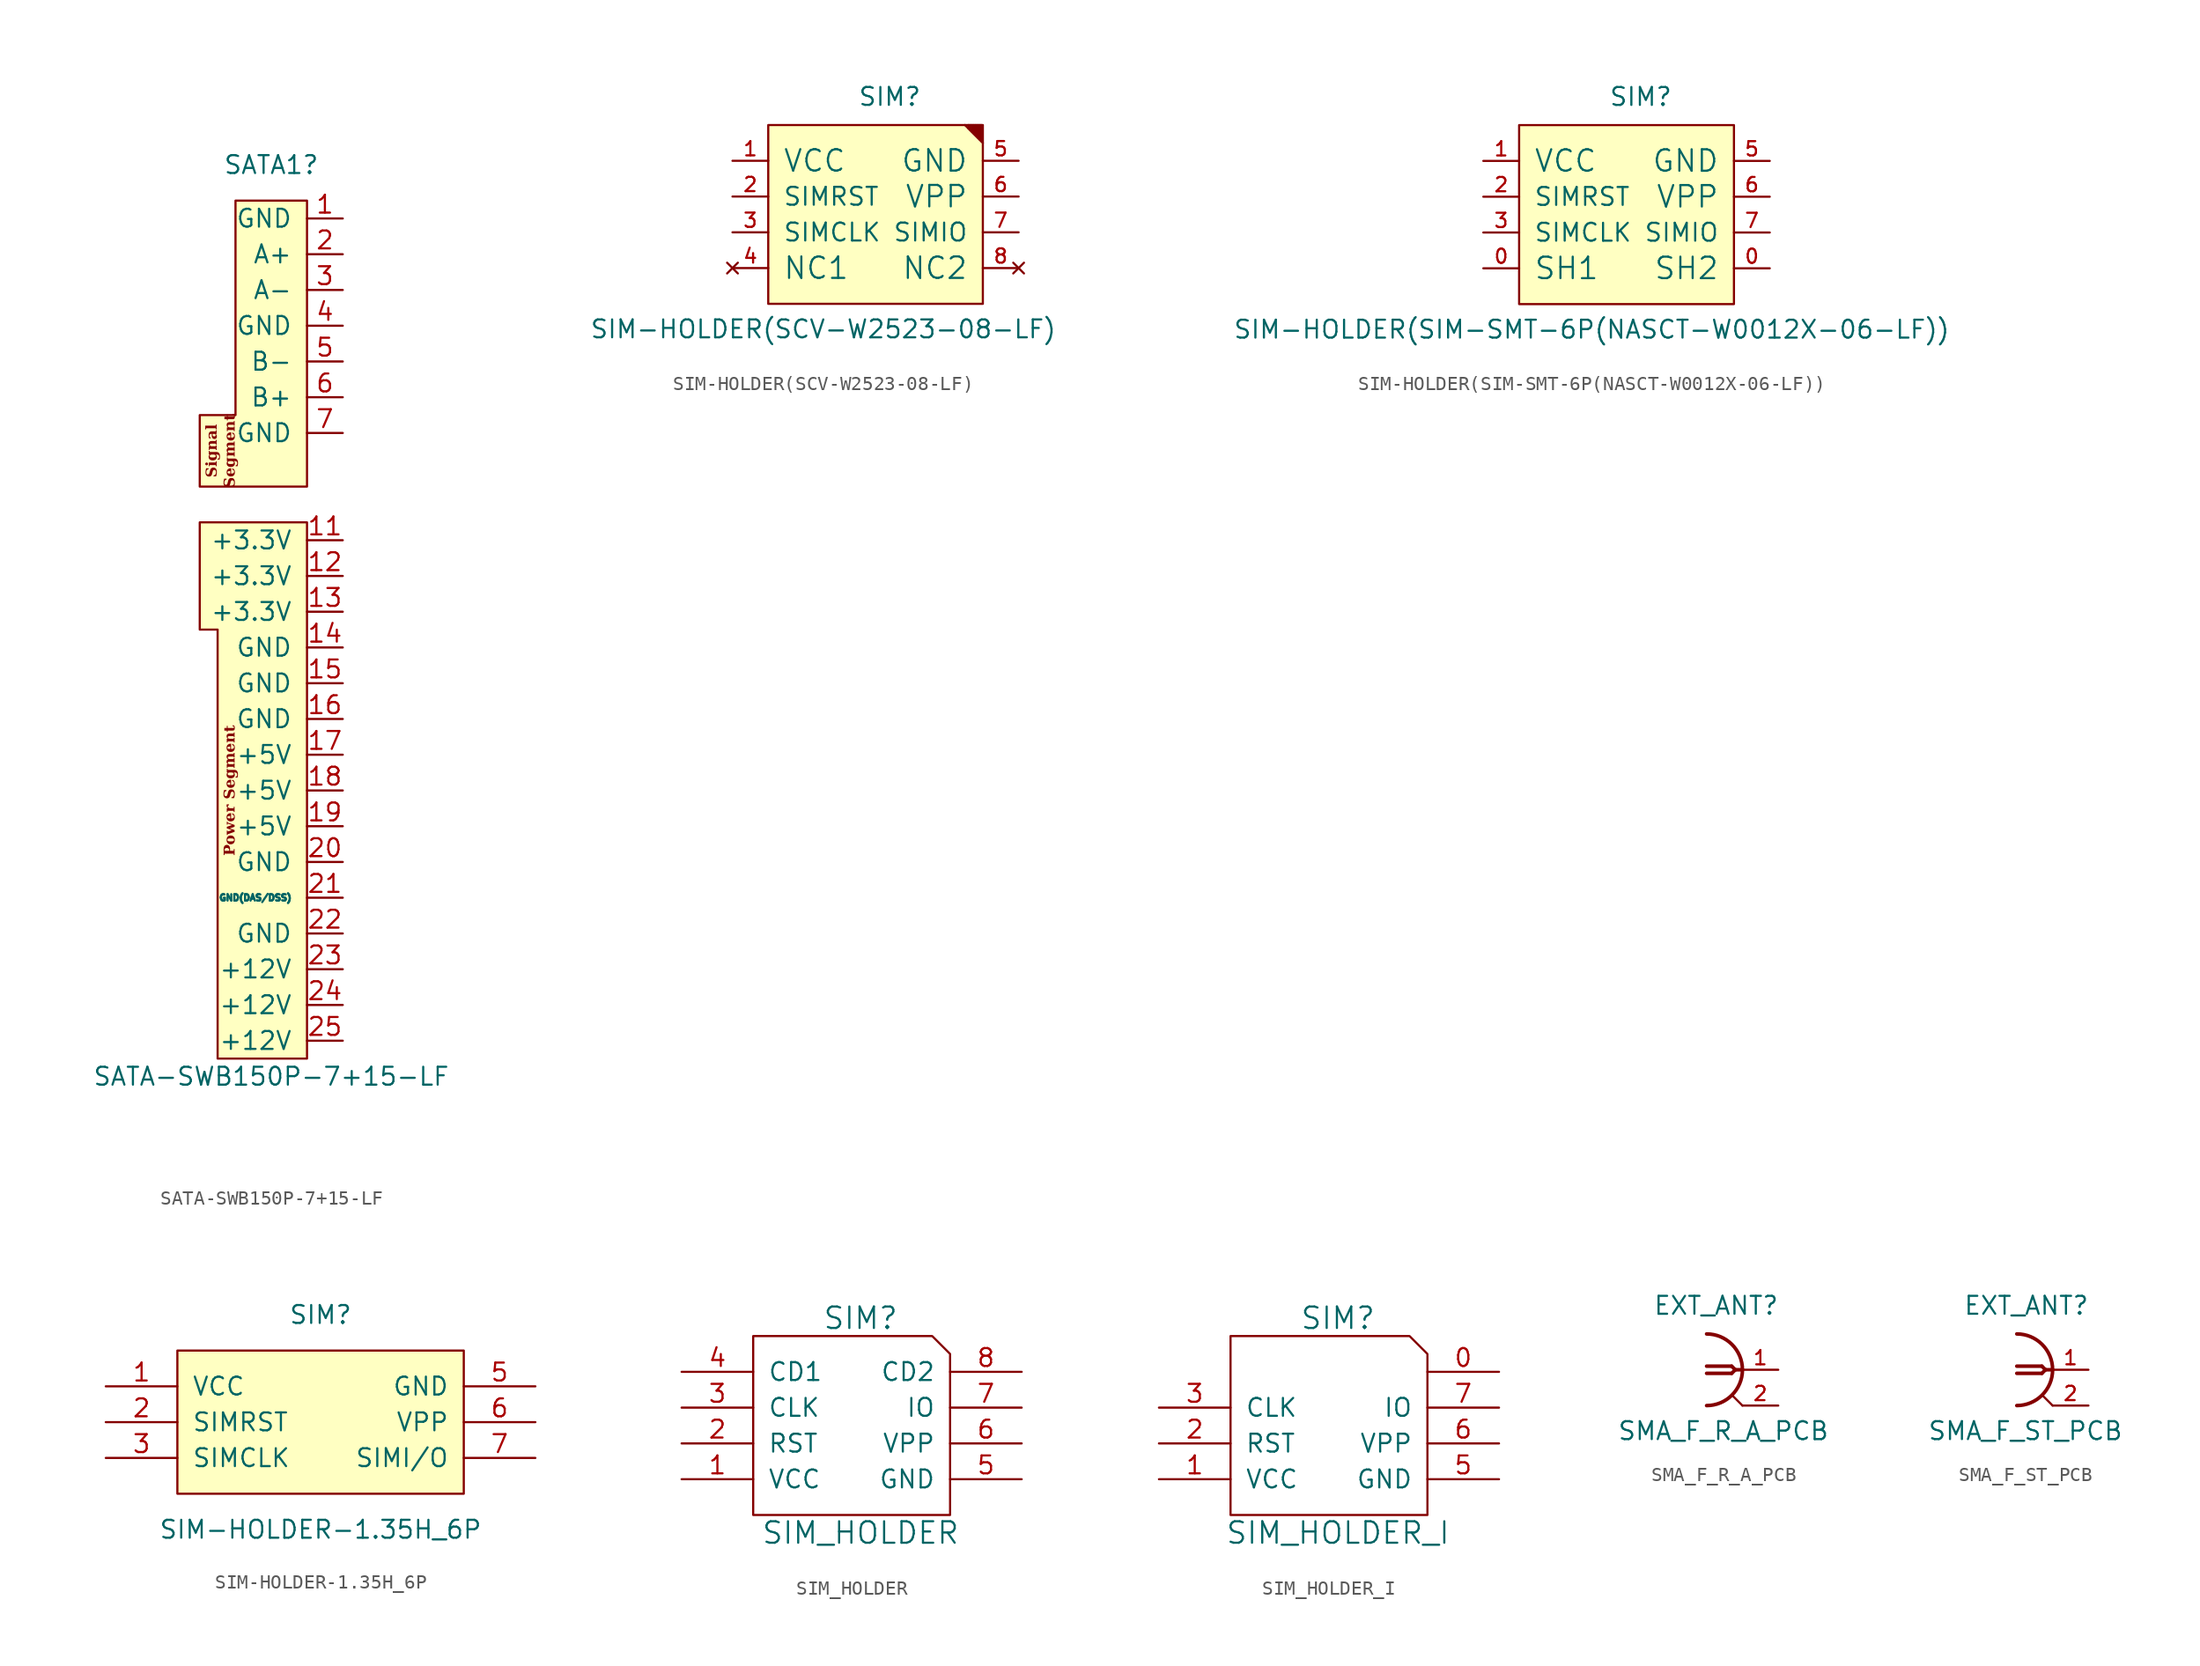
<source format=kicad_sym>
(kicad_symbol_lib
  (version 20220914)
  (generator kicad_symbol_editor)
  (symbol "SATA-SWB150P-7+15-LF"
    (pin_names
      (offset 1.016))
    (property "Reference" "SATA1"
      (at 0 34.29 0)
      (effects (font (size 1.27 1.27))))
    (property "Value" "SATA-SWB150P-7+15-LF"
      (at 0 -30.48 0)
      (effects (font (size 1.27 1.27))))
    (symbol "SATA-SWB150P-7+15-LF_1_1"
      (polyline (pts (xy -5.08 8.89) (xy 2.54 8.89) (xy 2.54 -29.21) (xy -3.81 -29.21) (xy -3.81 1.27) (xy -5.08 1.27) (xy -5.08 8.89)) (stroke (width 0) (type solid)) (fill (type background)))
      (polyline (pts (xy -2.54 31.75) (xy 2.54 31.75) (xy 2.54 11.43) (xy -5.08 11.43) (xy -5.08 16.51) (xy -2.54 16.51) (xy -2.54 31.75)) (stroke (width 0) (type solid)) (fill (type background)))
      (text "Power Segment" (at -2.921 -10.16 900) (effects (font (face "Liberation Serif") (size 0.762 0.762) bold italic)))
      (text "Signal\nSegment" (at -3.556 13.97 900) (effects (font (face "Liberation Serif") (size 0.762 0.762) bold italic)))
      (pin power_in line (at 5.08 30.48 180) (length 2.54) (name "GND" (effects (font (size 1.27 1.27)))) (number "1" (effects (font (size 1.27 1.27)))))
      (pin power_in line (at 5.08 7.62 180) (length 2.54) (name "+3.3V" (effects (font (size 1.27 1.27)))) (number "11" (effects (font (size 1.27 1.27)))))
      (pin power_in line (at 5.08 5.08 180) (length 2.54) (name "+3.3V" (effects (font (size 1.27 1.27)))) (number "12" (effects (font (size 1.27 1.27)))))
      (pin power_in line (at 5.08 2.54 180) (length 2.54) (name "+3.3V" (effects (font (size 1.27 1.27)))) (number "13" (effects (font (size 1.27 1.27)))))
      (pin power_in line (at 5.08 0 180) (length 2.54) (name "GND" (effects (font (size 1.27 1.27)))) (number "14" (effects (font (size 1.27 1.27)))))
      (pin power_in line (at 5.08 -2.54 180) (length 2.54) (name "GND" (effects (font (size 1.27 1.27)))) (number "15" (effects (font (size 1.27 1.27)))))
      (pin power_in line (at 5.08 -5.08 180) (length 2.54) (name "GND" (effects (font (size 1.27 1.27)))) (number "16" (effects (font (size 1.27 1.27)))))
      (pin power_in line (at 5.08 -7.62 180) (length 2.54) (name "+5V" (effects (font (size 1.27 1.27)))) (number "17" (effects (font (size 1.27 1.27)))))
      (pin power_in line (at 5.08 -10.16 180) (length 2.54) (name "+5V" (effects (font (size 1.27 1.27)))) (number "18" (effects (font (size 1.27 1.27)))))
      (pin power_in line (at 5.08 -12.7 180) (length 2.54) (name "+5V" (effects (font (size 1.27 1.27)))) (number "19" (effects (font (size 1.27 1.27)))))
      (pin bidirectional line (at 5.08 27.94 180) (length 2.54) (name "A+" (effects (font (size 1.27 1.27)))) (number "2" (effects (font (size 1.27 1.27)))))
      (pin power_in line (at 5.08 -15.24 180) (length 2.54) (name "GND" (effects (font (size 1.27 1.27)))) (number "20" (effects (font (size 1.27 1.27)))))
      (pin power_in line (at 5.08 -17.78 180) (length 2.54) (name "GND(DAS/DSS)" (effects (font (size 0.457 0.457)))) (number "21" (effects (font (size 1.27 1.27)))))
      (pin power_in line (at 5.08 -20.32 180) (length 2.54) (name "GND" (effects (font (size 1.27 1.27)))) (number "22" (effects (font (size 1.27 1.27)))))
      (pin power_in line (at 5.08 -22.86 180) (length 2.54) (name "+12V" (effects (font (size 1.27 1.27)))) (number "23" (effects (font (size 1.27 1.27)))))
      (pin power_in line (at 5.08 -25.4 180) (length 2.54) (name "+12V" (effects (font (size 1.27 1.27)))) (number "24" (effects (font (size 1.27 1.27)))))
      (pin power_in line (at 5.08 -27.94 180) (length 2.54) (name "+12V" (effects (font (size 1.27 1.27)))) (number "25" (effects (font (size 1.27 1.27)))))
      (pin bidirectional line (at 5.08 25.4 180) (length 2.54) (name "A-" (effects (font (size 1.27 1.27)))) (number "3" (effects (font (size 1.27 1.27)))))
      (pin power_in line (at 5.08 22.86 180) (length 2.54) (name "GND" (effects (font (size 1.27 1.27)))) (number "4" (effects (font (size 1.27 1.27)))))
      (pin bidirectional line (at 5.08 20.32 180) (length 2.54) (name "B-" (effects (font (size 1.27 1.27)))) (number "5" (effects (font (size 1.27 1.27)))))
      (pin bidirectional line (at 5.08 17.78 180) (length 2.54) (name "B+" (effects (font (size 1.27 1.27)))) (number "6" (effects (font (size 1.27 1.27)))))
      (pin power_in line (at 5.08 15.24 180) (length 2.54) (name "GND" (effects (font (size 1.27 1.27)))) (number "7" (effects (font (size 1.27 1.27)))))))
  (symbol "SIM-HOLDER(SCV-W2523-08-LF)"
    (pin_names
      (offset 1.016))
    (property "Reference" "SIM"
      (at -1.27 6.35 0)
      (effects (font (size 1.27 1.27)) (justify left bottom)))
    (property "Value" "SIM-HOLDER(SCV-W2523-08-LF)"
      (at -20.32 -10.16 0)
      (effects (font (size 1.27 1.27)) (justify left bottom)))
    (symbol "SIM-HOLDER(SCV-W2523-08-LF)_1_1"
      (rectangle (start -7.62 5.08) (end 7.62 -7.62) (stroke (width 0) (type solid)) (fill (type background)))
      (polyline (pts (xy 6.604 5.08) (xy 6.604 4.826)) (stroke (width 0) (type solid)) (fill (type none)))
      (polyline (pts (xy 6.731 5.08) (xy 6.731 4.699)) (stroke (width 0) (type solid)) (fill (type none)))
      (polyline (pts (xy 6.858 5.08) (xy 6.858 4.572)) (stroke (width 0) (type solid)) (fill (type none)))
      (polyline (pts (xy 6.985 5.08) (xy 6.985 4.445)) (stroke (width 0) (type solid)) (fill (type none)))
      (polyline (pts (xy 7.112 5.08) (xy 7.112 4.318)) (stroke (width 0) (type solid)) (fill (type none)))
      (polyline (pts (xy 7.239 5.08) (xy 7.239 4.191)) (stroke (width 0) (type solid)) (fill (type none)))
      (polyline (pts (xy 7.366 5.08) (xy 7.366 4.064)) (stroke (width 0) (type solid)) (fill (type none)))
      (polyline (pts (xy 7.493 5.08) (xy 7.493 3.937)) (stroke (width 0) (type solid)) (fill (type none)))
      (polyline (pts (xy 7.62 3.81) (xy 6.35 5.08)) (stroke (width 0) (type solid)) (fill (type none)))
      (pin power_in line (at -10.16 2.54 0) (length 2.54) (name "VCC" (effects (font (size 1.524 1.524)))) (number "1" (effects (font (size 1.016 1.016)))))
      (pin input line (at -10.16 0 0) (length 2.54) (name "SIMRST" (effects (font (size 1.27 1.27)))) (number "2" (effects (font (size 1.016 1.016)))))
      (pin input line (at -10.16 -2.54 0) (length 2.54) (name "SIMCLK" (effects (font (size 1.27 1.27)))) (number "3" (effects (font (size 1.016 1.016)))))
      (pin no_connect line (at -10.16 -5.08 0) (length 2.54) (name "NC1" (effects (font (size 1.524 1.524)))) (number "4" (effects (font (size 1.016 1.016)))))
      (pin power_in line (at 10.16 2.54 180) (length 2.54) (name "GND" (effects (font (size 1.524 1.524)))) (number "5" (effects (font (size 1.016 1.016)))))
      (pin input line (at 10.16 0 180) (length 2.54) (name "VPP" (effects (font (size 1.524 1.524)))) (number "6" (effects (font (size 1.016 1.016)))))
      (pin bidirectional line (at 10.16 -2.54 180) (length 2.54) (name "SIMIO" (effects (font (size 1.27 1.27)))) (number "7" (effects (font (size 1.016 1.016)))))
      (pin no_connect line (at 10.16 -5.08 180) (length 2.54) (name "NC2" (effects (font (size 1.524 1.524)))) (number "8" (effects (font (size 1.016 1.016)))))))
  (symbol "SIM-HOLDER(SIM-SMT-6P(NASCT-W0012X-06-LF))"
    (pin_names
      (offset 1.016))
    (property "Reference" "SIM"
      (at -1.27 6.35 0)
      (effects (font (size 1.27 1.27)) (justify left bottom)))
    (property "Value" "SIM-HOLDER(SIM-SMT-6P(NASCT-W0012X-06-LF))"
      (at -27.94 -10.16 0)
      (effects (font (size 1.27 1.27)) (justify left bottom)))
    (symbol "SIM-HOLDER(SIM-SMT-6P(NASCT-W0012X-06-LF))_1_1"
      (rectangle (start -7.62 5.08) (end 7.62 -7.62) (stroke (width 0) (type solid)) (fill (type background)))
      (pin input line (at -10.16 -5.08 0) (length 2.54) (name "SH1" (effects (font (size 1.524 1.524)))) (number "0" (effects (font (size 1.016 1.016)))))
      (pin input line (at 10.16 -5.08 180) (length 2.54) (name "SH2" (effects (font (size 1.524 1.524)))) (number "0" (effects (font (size 1.016 1.016)))))
      (pin power_in line (at -10.16 2.54 0) (length 2.54) (name "VCC" (effects (font (size 1.524 1.524)))) (number "1" (effects (font (size 1.016 1.016)))))
      (pin input line (at -10.16 0 0) (length 2.54) (name "SIMRST" (effects (font (size 1.27 1.27)))) (number "2" (effects (font (size 1.016 1.016)))))
      (pin input line (at -10.16 -2.54 0) (length 2.54) (name "SIMCLK" (effects (font (size 1.27 1.27)))) (number "3" (effects (font (size 1.016 1.016)))))
      (pin power_in line (at 10.16 2.54 180) (length 2.54) (name "GND" (effects (font (size 1.524 1.524)))) (number "5" (effects (font (size 1.016 1.016)))))
      (pin input line (at 10.16 0 180) (length 2.54) (name "VPP" (effects (font (size 1.524 1.524)))) (number "6" (effects (font (size 1.016 1.016)))))
      (pin bidirectional line (at 10.16 -2.54 180) (length 2.54) (name "SIMIO" (effects (font (size 1.27 1.27)))) (number "7" (effects (font (size 1.016 1.016)))))))
  (symbol "SIM-HOLDER-1.35H_6P"
    (pin_names
      (offset 1.016))
    (property "Reference" "SIM"
      (at 0 7.62 0)
      (effects (font (size 1.27 1.27))))
    (property "Value" "SIM-HOLDER-1.35H_6P"
      (at 0 -7.62 0)
      (effects (font (size 1.27 1.27))))
    (symbol "SIM-HOLDER-1.35H_6P_0_1"
      (rectangle (start -10.16 5.08) (end 10.16 -5.08) (stroke (width 0) (type solid)) (fill (type background))))
    (symbol "SIM-HOLDER-1.35H_6P_1_1"
      (pin power_in line (at -15.24 2.54 0) (length 5.08) (name "VCC" (effects (font (size 1.27 1.27)))) (number "1" (effects (font (size 1.27 1.27)))))
      (pin input line (at -15.24 0 0) (length 5.08) (name "SIMRST" (effects (font (size 1.27 1.27)))) (number "2" (effects (font (size 1.27 1.27)))))
      (pin input line (at -15.24 -2.54 0) (length 5.08) (name "SIMCLK" (effects (font (size 1.27 1.27)))) (number "3" (effects (font (size 1.27 1.27)))))
      (pin power_in line (at 15.24 2.54 180) (length 5.08) (name "GND" (effects (font (size 1.27 1.27)))) (number "5" (effects (font (size 1.27 1.27)))))
      (pin input line (at 15.24 0 180) (length 5.08) (name "VPP" (effects (font (size 1.27 1.27)))) (number "6" (effects (font (size 1.27 1.27)))))
      (pin bidirectional line (at 15.24 -2.54 180) (length 5.08) (name "SIMI/O" (effects (font (size 1.27 1.27)))) (number "7" (effects (font (size 1.27 1.27)))))))
  (symbol "SIM_HOLDER"
    (pin_names
      (offset 1.016))
    (property "Reference" "SIM"
      (at 0 7.62 0)
      (effects (font (size 1.524 1.524))))
    (property "Value" "SIM_HOLDER"
      (at 0 -7.62 0)
      (effects (font (size 1.524 1.524))))
    (symbol "SIM_HOLDER_0_1"
      (polyline (pts (xy 6.35 5.08) (xy 6.35 -6.35) (xy -7.62 -6.35) (xy -7.62 6.35) (xy 5.08 6.35) (xy 6.35 5.08)) (stroke (width 0) (type solid)) (fill (type none))))
    (symbol "SIM_HOLDER_1_1"
      (pin power_in line (at -12.7 -3.81 0) (length 5.08) (name "VCC" (effects (font (size 1.27 1.27)))) (number "1" (effects (font (size 1.27 1.27)))))
      (pin input line (at -12.7 -1.27 0) (length 5.08) (name "RST" (effects (font (size 1.27 1.27)))) (number "2" (effects (font (size 1.27 1.27)))))
      (pin input line (at -12.7 1.27 0) (length 5.08) (name "CLK" (effects (font (size 1.27 1.27)))) (number "3" (effects (font (size 1.27 1.27)))))
      (pin bidirectional line (at -12.7 3.81 0) (length 5.08) (name "CD1" (effects (font (size 1.27 1.27)))) (number "4" (effects (font (size 1.27 1.27)))))
      (pin power_in line (at 11.43 -3.81 180) (length 5.08) (name "GND" (effects (font (size 1.27 1.27)))) (number "5" (effects (font (size 1.27 1.27)))))
      (pin power_in line (at 11.43 -1.27 180) (length 5.08) (name "VPP" (effects (font (size 1.27 1.27)))) (number "6" (effects (font (size 1.27 1.27)))))
      (pin bidirectional line (at 11.43 1.27 180) (length 5.08) (name "IO" (effects (font (size 1.27 1.27)))) (number "7" (effects (font (size 1.27 1.27)))))
      (pin bidirectional line (at 11.43 3.81 180) (length 5.08) (name "CD2" (effects (font (size 1.27 1.27)))) (number "8" (effects (font (size 1.27 1.27)))))))
  (symbol "SIM_HOLDER_I"
    (pin_names
      (offset 1.016))
    (property "Reference" "SIM"
      (at 0 7.62 0)
      (effects (font (size 1.524 1.524))))
    (property "Value" "SIM_HOLDER_I"
      (at 0 -7.62 0)
      (effects (font (size 1.524 1.524))))
    (symbol "SIM_HOLDER_I_0_1"
      (polyline (pts (xy 6.35 5.08) (xy 6.35 -6.35) (xy -7.62 -6.35) (xy -7.62 6.35) (xy 5.08 6.35) (xy 6.35 5.08)) (stroke (width 0) (type solid)) (fill (type none))))
    (symbol "SIM_HOLDER_I_1_1"
      (pin passive line (at 11.43 3.81 180) (length 5.08) (name "~" (effects (font (size 1.27 1.27)))) (number "0" (effects (font (size 1.27 1.27)))))
      (pin power_in line (at -12.7 -3.81 0) (length 5.08) (name "VCC" (effects (font (size 1.27 1.27)))) (number "1" (effects (font (size 1.27 1.27)))))
      (pin input line (at -12.7 -1.27 0) (length 5.08) (name "RST" (effects (font (size 1.27 1.27)))) (number "2" (effects (font (size 1.27 1.27)))))
      (pin input line (at -12.7 1.27 0) (length 5.08) (name "CLK" (effects (font (size 1.27 1.27)))) (number "3" (effects (font (size 1.27 1.27)))))
      (pin power_in line (at 11.43 -3.81 180) (length 5.08) (name "GND" (effects (font (size 1.27 1.27)))) (number "5" (effects (font (size 1.27 1.27)))))
      (pin power_in line (at 11.43 -1.27 180) (length 5.08) (name "VPP" (effects (font (size 1.27 1.27)))) (number "6" (effects (font (size 1.27 1.27)))))
      (pin bidirectional line (at 11.43 1.27 180) (length 5.08) (name "IO" (effects (font (size 1.27 1.27)))) (number "7" (effects (font (size 1.27 1.27)))))))
  (symbol "SMA_F_R_A_PCB"
    (pin_names
      (offset 1.016))
    (property "Reference" "EXT_ANT"
      (at -6.35 3.81 0)
      (effects (font (size 1.27 1.27)) (justify left bottom)))
    (property "Value" "SMA_F_R_A_PCB"
      (at -8.89 -5.08 0)
      (effects (font (size 1.27 1.27)) (justify left bottom)))
    (symbol "SMA_F_R_A_PCB_1_0"
      (polyline (pts (xy -2.54 0.254) (xy -0.762 0.254)) (stroke (width 0.254) (type solid)) (fill (type none)))
      (polyline (pts (xy -0.762 -0.254) (xy -2.54 -0.254)) (stroke (width 0.254) (type solid)) (fill (type none)))
      (polyline (pts (xy -0.762 0.254) (xy -0.508 0)) (stroke (width 0.254) (type solid)) (fill (type none)))
      (polyline (pts (xy -0.508 0) (xy -0.762 -0.254)) (stroke (width 0.254) (type solid)) (fill (type none)))
      (polyline (pts (xy 0 -2.54) (xy -0.762 -1.778)) (stroke (width 0) (type solid)) (fill (type none)))
      (polyline (pts (xy 0 0) (xy -0.508 0)) (stroke (width 0.254) (type solid)) (fill (type none))))
    (symbol "SMA_F_R_A_PCB_1_1"
      (arc (start -2.54 -2.54) (mid -0.011 0) (end -2.54 2.54) (stroke (width 0.254) (type solid)) (fill (type none)))
      (pin passive line (at 2.54 0 180) (length 2.54) (name "~" (effects (font (size 1.016 1.016)))) (number "1" (effects (font (size 1.016 1.016)))))
      (pin power_in line (at 2.54 -2.54 180) (length 2.54) (name "~" (effects (font (size 1.016 1.016)))) (number "2" (effects (font (size 1.016 1.016)))))
      (pin power_in line (at 2.54 -2.54 180) (length 2.54) hide (name "~" (effects (font (size 1.016 1.016)))) (number "3" (effects (font (size 1.016 1.016)))))
      (pin power_in line (at 2.54 -2.54 180) (length 2.54) hide (name "~" (effects (font (size 1.016 1.016)))) (number "4" (effects (font (size 1.016 1.016)))))
      (pin power_in line (at 2.54 -2.54 180) (length 2.54) hide (name "~" (effects (font (size 1.016 1.016)))) (number "5" (effects (font (size 1.016 1.016)))))))
  (symbol "SMA_F_ST_PCB"
    (pin_names
      (offset 1.016))
    (property "Reference" "EXT_ANT"
      (at -6.35 3.81 0)
      (effects (font (size 1.27 1.27)) (justify left bottom)))
    (property "Value" "SMA_F_ST_PCB"
      (at -8.89 -5.08 0)
      (effects (font (size 1.27 1.27)) (justify left bottom)))
    (symbol "SMA_F_ST_PCB_1_0"
      (polyline (pts (xy -2.54 0.254) (xy -0.762 0.254)) (stroke (width 0.254) (type solid)) (fill (type none)))
      (polyline (pts (xy -0.762 -0.254) (xy -2.54 -0.254)) (stroke (width 0.254) (type solid)) (fill (type none)))
      (polyline (pts (xy -0.762 0.254) (xy -0.508 0)) (stroke (width 0.254) (type solid)) (fill (type none)))
      (polyline (pts (xy -0.508 0) (xy -0.762 -0.254)) (stroke (width 0.254) (type solid)) (fill (type none)))
      (polyline (pts (xy 0 -2.54) (xy -0.762 -1.778)) (stroke (width 0) (type solid)) (fill (type none)))
      (polyline (pts (xy 0 0) (xy -0.508 0)) (stroke (width 0.254) (type solid)) (fill (type none))))
    (symbol "SMA_F_ST_PCB_1_1"
      (arc (start -2.54 -2.54) (mid -0.011 0) (end -2.54 2.54) (stroke (width 0.254) (type solid)) (fill (type none)))
      (pin passive line (at 2.54 0 180) (length 2.54) (name "~" (effects (font (size 1.016 1.016)))) (number "1" (effects (font (size 1.016 1.016)))))
      (pin power_in line (at 2.54 -2.54 180) (length 2.54) (name "~" (effects (font (size 1.016 1.016)))) (number "2" (effects (font (size 1.016 1.016)))))
      (pin power_in line (at 2.54 -2.54 180) (length 2.54) hide (name "~" (effects (font (size 1.016 1.016)))) (number "3" (effects (font (size 1.016 1.016)))))
      (pin power_in line (at 2.54 -2.54 180) (length 2.54) hide (name "~" (effects (font (size 1.016 1.016)))) (number "4" (effects (font (size 1.016 1.016)))))
      (pin power_in line (at 2.54 -2.54 180) (length 2.54) hide (name "~" (effects (font (size 1.016 1.016)))) (number "5" (effects (font (size 1.016 1.016))))))))
</source>
